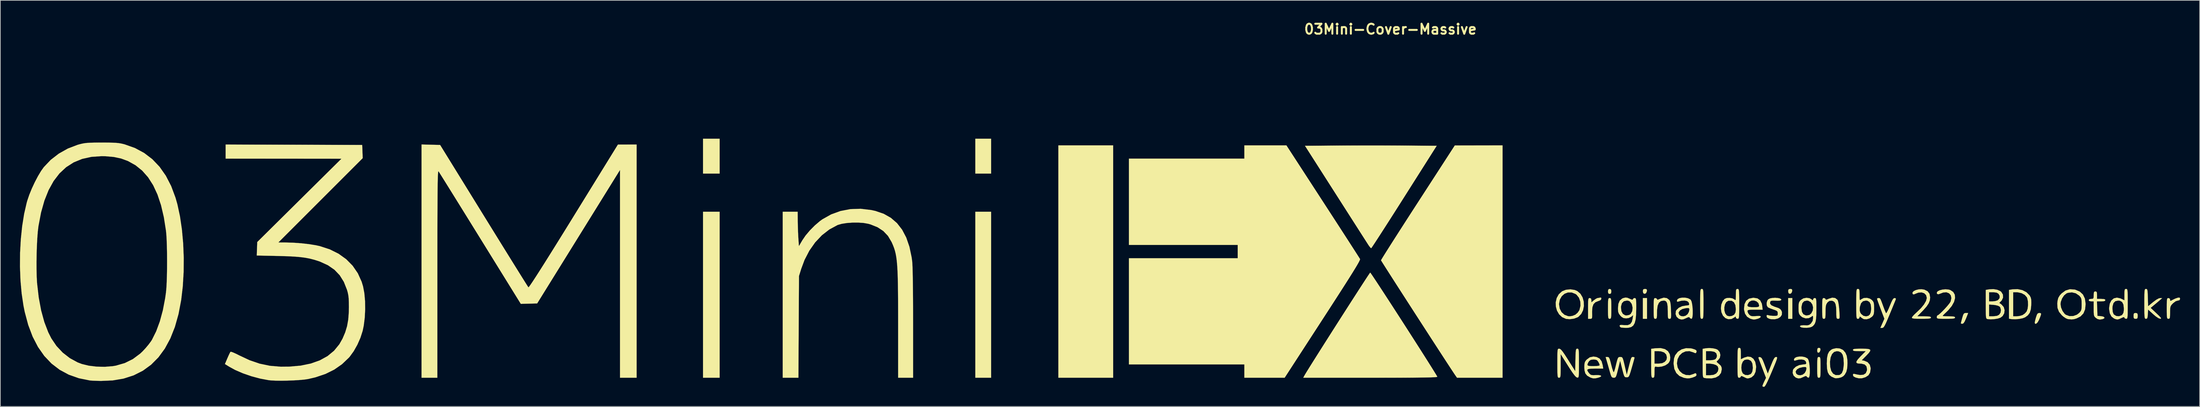
<source format=kicad_pcb>
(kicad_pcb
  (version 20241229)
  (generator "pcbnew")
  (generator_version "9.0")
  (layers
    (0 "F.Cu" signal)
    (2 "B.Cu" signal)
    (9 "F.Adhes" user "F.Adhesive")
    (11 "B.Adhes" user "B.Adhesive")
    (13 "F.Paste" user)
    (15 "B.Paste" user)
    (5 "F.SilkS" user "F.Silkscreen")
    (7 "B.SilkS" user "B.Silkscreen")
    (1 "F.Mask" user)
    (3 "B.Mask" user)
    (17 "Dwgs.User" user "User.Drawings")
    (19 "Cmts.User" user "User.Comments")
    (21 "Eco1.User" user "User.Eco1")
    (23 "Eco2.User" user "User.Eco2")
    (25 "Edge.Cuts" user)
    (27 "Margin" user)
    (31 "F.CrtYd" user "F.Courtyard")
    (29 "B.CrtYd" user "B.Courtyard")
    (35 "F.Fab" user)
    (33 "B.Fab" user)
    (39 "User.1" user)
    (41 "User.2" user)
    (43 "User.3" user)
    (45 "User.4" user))
  (footprint "03Mini-Cover-Massive"
    (layer "F.Cu")
    (at 209.645 1.418)
    (property "Reference" "03Mini-Cover-Massive" (at 0 0 0) (layer "F.SilkS") (effects (font (size 1.524 1.524) (thickness 0.3))))
    (attr through_hole)
    (fp_poly (pts (xy -102.616 22.098) (xy -105.156 22.098) (xy -105.156 16.764) (xy -102.616 16.764) (xy -102.616 22.098)) (stroke (width 0.01) (type solid)) (fill yes) (layer "F.SilkS"))
    (fp_poly (pts (xy -102.616 53.34) (xy -105.156 53.34) (xy -105.156 27.94) (xy -102.616 27.94) (xy -102.616 53.34)) (stroke (width 0.01) (type solid)) (fill yes) (layer "F.SilkS"))
    (fp_poly (pts (xy -61.087 22.098) (xy -63.5 22.098) (xy -63.5 16.764) (xy -61.087 16.764) (xy -61.087 22.098)) (stroke (width 0.01) (type solid)) (fill yes) (layer "F.SilkS"))
    (fp_poly (pts (xy -61.087 53.34) (xy -63.5 53.34) (xy -63.5 27.94) (xy -61.087 27.94) (xy -61.087 53.34)) (stroke (width 0.01) (type solid)) (fill yes) (layer "F.SilkS"))
    (fp_poly (pts (xy -42.418 53.34) (xy -50.8 53.34) (xy -50.8 17.78) (xy -42.418 17.78) (xy -42.418 53.34)) (stroke (width 0.01) (type solid)) (fill yes) (layer "F.SilkS"))
    (fp_poly (pts (xy 39.243 44.323) (xy 38.608 44.323) (xy 38.608 41.148) (xy 39.243 41.148) (xy 39.243 44.323)) (stroke (width 0.01) (type solid)) (fill yes) (layer "F.SilkS"))
    (fp_poly (pts (xy 61.468 44.323) (xy 60.833 44.323) (xy 60.833 41.148) (xy 61.468 41.148) (xy 61.468 44.323)) (stroke (width 0.01) (type solid)) (fill yes) (layer "F.SilkS"))
    (fp_poly (pts (xy 65.728 48.818) (xy 65.771 49.015) (xy 65.763 49.116) (xy 65.654 49.406) (xy 65.5 49.506) (xy 65.34 49.479) (xy 65.281 49.275) (xy 65.278 49.158) (xy 65.315 48.877) (xy 65.456 48.774) (xy 65.54 48.768) (xy 65.728 48.818)) (stroke (width 0.01) (type solid)) (fill yes) (layer "F.SilkS"))
    (fp_poly (pts (xy 33.714 39.811) (xy 33.779 40.034) (xy 33.782 40.132) (xy 33.742 40.411) (xy 33.594 40.509) (xy 33.528 40.513) (xy 33.342 40.453) (xy 33.277 40.23) (xy 33.274 40.132) (xy 33.314 39.853) (xy 33.462 39.755) (xy 33.528 39.751) (xy 33.714 39.811)) (stroke (width 0.01) (type solid)) (fill yes) (layer "F.SilkS"))
    (fp_poly (pts (xy 39.166 39.788) (xy 39.23 39.951) (xy 39.22 40.099) (xy 39.111 40.372) (xy 38.914 40.503) (xy 38.705 40.441) (xy 38.697 40.433) (xy 38.627 40.247) (xy 38.608 40.047) (xy 38.664 39.822) (xy 38.879 39.752) (xy 38.934 39.751) (xy 39.166 39.788)) (stroke (width 0.01) (type solid)) (fill yes) (layer "F.SilkS"))
    (fp_poly (pts (xy 61.391 39.788) (xy 61.455 39.951) (xy 61.445 40.099) (xy 61.336 40.372) (xy 61.139 40.503) (xy 60.93 40.441) (xy 60.922 40.433) (xy 60.852 40.247) (xy 60.833 40.047) (xy 60.889 39.822) (xy 61.104 39.752) (xy 61.159 39.751) (xy 61.391 39.788)) (stroke (width 0.01) (type solid)) (fill yes) (layer "F.SilkS"))
    (fp_poly (pts (xy 114.197 43.467) (xy 114.285 43.617) (xy 114.3 43.879) (xy 114.276 44.179) (xy 114.17 44.302) (xy 113.983 44.323) (xy 113.768 44.29) (xy 113.68 44.14) (xy 113.665 43.879) (xy 113.689 43.578) (xy 113.795 43.455) (xy 113.983 43.434) (xy 114.197 43.467)) (stroke (width 0.01) (type solid)) (fill yes) (layer "F.SilkS"))
    (fp_poly (pts (xy 88.042 44.26) (xy 87.828 44.741) (xy 87.647 45.006) (xy 87.482 45.085) (xy 87.287 45.055) (xy 87.249 45.02) (xy 87.281 44.872) (xy 87.363 44.553) (xy 87.46 44.194) (xy 87.587 43.775) (xy 87.7 43.546) (xy 87.839 43.451) (xy 88.02 43.434) (xy 88.369 43.434) (xy 88.042 44.26)) (stroke (width 0.01) (type solid)) (fill yes) (layer "F.SilkS"))
    (fp_poly (pts (xy 99.435 43.451) (xy 99.514 43.529) (xy 99.498 43.711) (xy 99.384 44.04) (xy 99.173 44.545) (xy 98.993 44.858) (xy 98.798 45.051) (xy 98.635 45.096) (xy 98.554 44.962) (xy 98.552 44.918) (xy 98.586 44.707) (xy 98.674 44.35) (xy 98.747 44.092) (xy 98.879 43.705) (xy 99.006 43.506) (xy 99.176 43.438) (xy 99.264 43.434) (xy 99.435 43.451)) (stroke (width 0.01) (type solid)) (fill yes) (layer "F.SilkS"))
    (fp_poly (pts (xy 33.633 41.162) (xy 33.705 41.233) (xy 33.749 41.402) (xy 33.772 41.709) (xy 33.781 42.197) (xy 33.782 42.736) (xy 33.78 43.394) (xy 33.768 43.84) (xy 33.741 44.115) (xy 33.692 44.259) (xy 33.614 44.315) (xy 33.528 44.323) (xy 33.423 44.309) (xy 33.351 44.238) (xy 33.307 44.069) (xy 33.284 43.762) (xy 33.275 43.274) (xy 33.274 42.736) (xy 33.276 42.077) (xy 33.288 41.631) (xy 33.315 41.356) (xy 33.364 41.212) (xy 33.442 41.156) (xy 33.528 41.148) (xy 33.633 41.162)) (stroke (width 0.01) (type solid)) (fill yes) (layer "F.SilkS"))
    (fp_poly (pts (xy 65.637 50.179) (xy 65.709 50.25) (xy 65.753 50.419) (xy 65.776 50.726) (xy 65.785 51.214) (xy 65.786 51.752) (xy 65.784 52.411) (xy 65.772 52.857) (xy 65.745 53.132) (xy 65.696 53.276) (xy 65.618 53.332) (xy 65.532 53.34) (xy 65.427 53.326) (xy 65.355 53.255) (xy 65.311 53.086) (xy 65.288 52.779) (xy 65.279 52.291) (xy 65.278 51.752) (xy 65.28 51.094) (xy 65.292 50.648) (xy 65.319 50.373) (xy 65.368 50.229) (xy 65.446 50.173) (xy 65.532 50.165) (xy 65.637 50.179)) (stroke (width 0.01) (type solid)) (fill yes) (layer "F.SilkS"))
    (fp_poly (pts (xy 47.715 39.762) (xy 47.781 39.817) (xy 47.827 39.952) (xy 47.855 40.2) (xy 47.871 40.596) (xy 47.878 41.175) (xy 47.879 41.971) (xy 47.879 42.037) (xy 47.878 42.85) (xy 47.872 43.443) (xy 47.857 43.851) (xy 47.829 44.109) (xy 47.785 44.25) (xy 47.721 44.31) (xy 47.632 44.323) (xy 47.625 44.323) (xy 47.535 44.312) (xy 47.469 44.257) (xy 47.423 44.122) (xy 47.395 43.874) (xy 47.379 43.478) (xy 47.372 42.899) (xy 47.371 42.103) (xy 47.371 42.037) (xy 47.372 41.224) (xy 47.378 40.631) (xy 47.393 40.223) (xy 47.421 39.965) (xy 47.465 39.824) (xy 47.529 39.764) (xy 47.618 39.751) (xy 47.625 39.751) (xy 47.715 39.762)) (stroke (width 0.01) (type solid)) (fill yes) (layer "F.SilkS"))
    (fp_poly (pts (xy 32.221 41.081) (xy 32.258 41.239) (xy 32.169 41.439) (xy 31.876 41.579) (xy 31.794 41.602) (xy 31.345 41.786) (xy 31.049 42.092) (xy 30.886 42.556) (xy 30.839 43.215) (xy 30.841 43.367) (xy 30.85 43.853) (xy 30.835 44.137) (xy 30.779 44.275) (xy 30.666 44.319) (xy 30.546 44.323) (xy 30.226 44.323) (xy 30.226 42.736) (xy 30.228 42.077) (xy 30.24 41.631) (xy 30.267 41.356) (xy 30.316 41.212) (xy 30.394 41.156) (xy 30.48 41.148) (xy 30.677 41.219) (xy 30.734 41.47) (xy 30.734 41.477) (xy 30.734 41.806) (xy 31.125 41.477) (xy 31.415 41.266) (xy 31.647 41.154) (xy 31.686 41.148) (xy 31.955 41.104) (xy 32.057 41.071) (xy 32.221 41.081)) (stroke (width 0.01) (type solid)) (fill yes) (layer "F.SilkS"))
    (fp_poly (pts (xy -1.679 17.797) (xy -0.062 17.801) (xy 1.416 17.806) (xy 2.086 17.81) (xy 7.074 17.843) (xy 2.108 25.68) (xy 1.298 26.957) (xy 0.527 28.169) (xy -0.195 29.299) (xy -0.857 30.332) (xy -1.447 31.249) (xy -1.956 32.035) (xy -2.371 32.672) (xy -2.683 33.143) (xy -2.88 33.432) (xy -2.951 33.523) (xy -3.071 33.429) (xy -3.264 33.187) (xy -3.357 33.052) (xy -3.477 32.866) (xy -3.722 32.484) (xy -4.079 31.927) (xy -4.538 31.211) (xy -5.084 30.357) (xy -5.708 29.382) (xy -6.396 28.307) (xy -7.136 27.148) (xy -7.917 25.926) (xy -8.375 25.209) (xy -13.081 17.843) (xy -7.991 17.81) (xy -6.59 17.803) (xy -5.02 17.799) (xy -3.357 17.797) (xy -1.679 17.797)) (stroke (width 0.01) (type solid)) (fill yes) (layer "F.SilkS"))
    (fp_poly (pts (xy -10.34 26.367) (xy -9.472 27.705) (xy -8.642 28.984) (xy -7.861 30.189) (xy -7.141 31.302) (xy -6.491 32.308) (xy -5.923 33.19) (xy -5.446 33.931) (xy -5.071 34.515) (xy -4.81 34.926) (xy -4.672 35.147) (xy -4.654 35.179) (xy -4.663 35.264) (xy -4.735 35.439) (xy -4.878 35.715) (xy -5.099 36.104) (xy -5.405 36.615) (xy -5.803 37.262) (xy -6.3 38.054) (xy -6.902 39.003) (xy -7.618 40.121) (xy -8.453 41.418) (xy -9.415 42.907) (xy -10.365 44.372) (xy -16.184 53.34) (xy -22.352 53.34) (xy -22.352 51.308) (xy -40.005 51.308) (xy -40.005 35.052) (xy -23.368 35.052) (xy -23.368 33.02) (xy -40.005 33.02) (xy -40.005 19.812) (xy -22.352 19.812) (xy -22.352 17.78) (xy -15.918 17.78) (xy -10.34 26.367)) (stroke (width 0.01) (type solid)) (fill yes) (layer "F.SilkS"))
    (fp_poly (pts (xy 17.145 53.34) (xy 10.177 53.34) (xy 9.932 52.991) (xy 9.768 52.75) (xy 9.488 52.327) (xy 9.104 51.742) (xy 8.628 51.014) (xy 8.073 50.162) (xy 7.451 49.205) (xy 6.775 48.163) (xy 6.056 47.054) (xy 5.309 45.899) (xy 4.544 44.716) (xy 3.774 43.525) (xy 3.013 42.344) (xy 2.272 41.194) (xy 1.563 40.094) (xy 0.9 39.063) (xy 0.295 38.119) (xy -0.24 37.283) (xy -0.693 36.574) (xy -1.051 36.011) (xy -1.301 35.613) (xy -1.432 35.399) (xy -1.448 35.368) (xy -1.382 35.244) (xy -1.189 34.923) (xy -0.877 34.421) (xy -0.457 33.755) (xy 0.06 32.939) (xy 0.664 31.991) (xy 1.346 30.927) (xy 2.094 29.762) (xy 2.899 28.512) (xy 3.75 27.194) (xy 4.191 26.514) (xy 9.842 17.789) (xy 13.494 17.784) (xy 17.145 17.78) (xy 17.145 53.34)) (stroke (width 0.01) (type solid)) (fill yes) (layer "F.SilkS"))
    (fp_poly (pts (xy 59.089 50.177) (xy 59.137 50.235) (xy 59.131 50.368) (xy 59.063 50.607) (xy 58.924 50.981) (xy 58.704 51.522) (xy 58.396 52.259) (xy 58.315 52.451) (xy 57.957 53.284) (xy 57.677 53.904) (xy 57.462 54.334) (xy 57.3 54.599) (xy 57.177 54.721) (xy 57.123 54.737) (xy 56.932 54.68) (xy 56.896 54.613) (xy 56.948 54.435) (xy 57.08 54.119) (xy 57.171 53.924) (xy 57.446 53.358) (xy 56.921 51.984) (xy 56.704 51.415) (xy 56.515 50.918) (xy 56.375 50.548) (xy 56.311 50.376) (xy 56.291 50.207) (xy 56.449 50.177) (xy 56.52 50.186) (xy 56.669 50.242) (xy 56.806 50.391) (xy 56.956 50.675) (xy 57.142 51.138) (xy 57.264 51.468) (xy 57.713 52.707) (xy 58.214 51.436) (xy 58.448 50.862) (xy 58.624 50.488) (xy 58.765 50.274) (xy 58.897 50.18) (xy 58.998 50.165) (xy 59.089 50.177)) (stroke (width 0.01) (type solid)) (fill yes) (layer "F.SilkS"))
    (fp_poly (pts (xy 120.77 41.172) (xy 120.777 41.273) (xy 120.707 41.47) (xy 120.46 41.529) (xy 120.447 41.529) (xy 120.102 41.637) (xy 119.711 41.935) (xy 119.685 41.961) (xy 119.465 42.195) (xy 119.336 42.404) (xy 119.274 42.665) (xy 119.254 43.059) (xy 119.253 43.358) (xy 119.247 43.849) (xy 119.22 44.138) (xy 119.159 44.278) (xy 119.049 44.321) (xy 118.999 44.323) (xy 118.894 44.309) (xy 118.822 44.238) (xy 118.778 44.069) (xy 118.755 43.762) (xy 118.746 43.274) (xy 118.745 42.736) (xy 118.747 42.077) (xy 118.759 41.631) (xy 118.786 41.356) (xy 118.835 41.212) (xy 118.913 41.156) (xy 118.999 41.148) (xy 119.212 41.238) (xy 119.253 41.398) (xy 119.266 41.554) (xy 119.348 41.577) (xy 119.566 41.469) (xy 119.666 41.413) (xy 120.048 41.228) (xy 120.411 41.101) (xy 120.428 41.097) (xy 120.68 41.068) (xy 120.77 41.172)) (stroke (width 0.01) (type solid)) (fill yes) (layer "F.SilkS"))
    (fp_poly (pts (xy 96.653 39.935) (xy 97.286 40.26) (xy 97.759 40.738) (xy 97.798 40.798) (xy 97.936 41.068) (xy 98.008 41.375) (xy 98.028 41.798) (xy 98.018 42.187) (xy 97.948 42.888) (xy 97.783 43.403) (xy 97.494 43.79) (xy 97.074 44.096) (xy 96.685 44.243) (xy 96.148 44.348) (xy 95.566 44.397) (xy 95.043 44.377) (xy 94.964 44.366) (xy 94.615 44.306) (xy 94.615 40.259) (xy 95.25 40.259) (xy 95.25 43.942) (xy 95.771 43.942) (xy 96.223 43.892) (xy 96.649 43.771) (xy 96.697 43.749) (xy 97.048 43.505) (xy 97.319 43.19) (xy 97.466 42.77) (xy 97.53 42.218) (xy 97.51 41.643) (xy 97.403 41.153) (xy 97.351 41.032) (xy 97.029 40.662) (xy 96.535 40.395) (xy 95.94 40.266) (xy 95.771 40.259) (xy 95.25 40.259) (xy 94.615 40.259) (xy 94.615 39.9) (xy 95.112 39.816) (xy 95.912 39.781) (xy 96.653 39.935)) (stroke (width 0.01) (type solid)) (fill yes) (layer "F.SilkS"))
    (fp_poly (pts (xy 45.955 48.847) (xy 46.18 48.899) (xy 46.588 49.032) (xy 46.788 49.162) (xy 46.824 49.328) (xy 46.788 49.452) (xy 46.708 49.576) (xy 46.56 49.563) (xy 46.349 49.463) (xy 45.738 49.271) (xy 45.149 49.305) (xy 44.621 49.539) (xy 44.196 49.945) (xy 43.914 50.496) (xy 43.815 51.145) (xy 43.924 51.783) (xy 44.221 52.311) (xy 44.66 52.701) (xy 45.196 52.924) (xy 45.786 52.951) (xy 46.349 52.772) (xy 46.605 52.657) (xy 46.73 52.678) (xy 46.791 52.793) (xy 46.8 52.985) (xy 46.636 53.141) (xy 46.265 53.29) (xy 46.101 53.339) (xy 45.725 53.429) (xy 45.41 53.443) (xy 45.027 53.381) (xy 44.847 53.34) (xy 44.202 53.071) (xy 43.724 52.618) (xy 43.423 51.991) (xy 43.308 51.205) (xy 43.307 51.117) (xy 43.376 50.389) (xy 43.542 49.909) (xy 43.964 49.37) (xy 44.541 49) (xy 45.221 48.819) (xy 45.955 48.847)) (stroke (width 0.01) (type solid)) (fill yes) (layer "F.SilkS"))
    (fp_poly (pts (xy 107.982 40.169) (xy 108.057 40.325) (xy 108.077 40.662) (xy 108.077 40.703) (xy 108.077 41.275) (xy 108.712 41.275) (xy 109.111 41.295) (xy 109.306 41.366) (xy 109.347 41.465) (xy 109.279 41.585) (xy 109.045 41.643) (xy 108.707 41.656) (xy 108.067 41.656) (xy 108.104 42.767) (xy 108.141 43.879) (xy 108.68 43.918) (xy 109.04 43.989) (xy 109.214 44.113) (xy 109.18 44.254) (xy 108.934 44.37) (xy 108.501 44.441) (xy 108.164 44.359) (xy 107.904 44.187) (xy 107.744 44.045) (xy 107.645 43.886) (xy 107.593 43.649) (xy 107.572 43.272) (xy 107.569 42.79) (xy 107.569 41.656) (xy 107.188 41.656) (xy 106.886 41.599) (xy 106.807 41.465) (xy 106.921 41.314) (xy 107.188 41.275) (xy 107.422 41.258) (xy 107.533 41.163) (xy 107.567 40.919) (xy 107.569 40.703) (xy 107.586 40.346) (xy 107.655 40.177) (xy 107.805 40.132) (xy 107.823 40.132) (xy 107.982 40.169)) (stroke (width 0.01) (type solid)) (fill yes) (layer "F.SilkS"))
    (fp_poly (pts (xy 77.298 41.201) (xy 77.287 41.37) (xy 77.213 41.557) (xy 77.059 41.935) (xy 76.844 42.461) (xy 76.584 43.093) (xy 76.353 43.653) (xy 76.038 44.405) (xy 75.799 44.952) (xy 75.616 45.326) (xy 75.474 45.556) (xy 75.355 45.676) (xy 75.241 45.716) (xy 75.217 45.717) (xy 74.933 45.72) (xy 75.243 45.019) (xy 75.553 44.317) (xy 74.988 42.828) (xy 74.773 42.254) (xy 74.595 41.767) (xy 74.473 41.415) (xy 74.423 41.248) (xy 74.422 41.243) (xy 74.528 41.164) (xy 74.662 41.148) (xy 74.776 41.155) (xy 74.867 41.202) (xy 74.957 41.331) (xy 75.068 41.583) (xy 75.225 41.999) (xy 75.399 42.481) (xy 75.566 42.926) (xy 75.71 43.275) (xy 75.803 43.46) (xy 75.81 43.469) (xy 75.891 43.4) (xy 76.037 43.139) (xy 76.226 42.729) (xy 76.38 42.357) (xy 76.614 41.789) (xy 76.794 41.423) (xy 76.94 41.223) (xy 77.077 41.151) (xy 77.114 41.148) (xy 77.298 41.201)) (stroke (width 0.01) (type solid)) (fill yes) (layer "F.SilkS"))
    (fp_poly (pts (xy 41.981 48.963) (xy 42.445 49.277) (xy 42.722 49.744) (xy 42.799 50.255) (xy 42.757 50.687) (xy 42.595 51.006) (xy 42.439 51.18) (xy 42.028 51.451) (xy 41.488 51.632) (xy 40.935 51.69) (xy 40.639 51.652) (xy 40.506 51.637) (xy 40.43 51.713) (xy 40.395 51.931) (xy 40.386 52.34) (xy 40.386 52.463) (xy 40.379 52.926) (xy 40.347 53.191) (xy 40.275 53.31) (xy 40.147 53.34) (xy 40.132 53.34) (xy 40.04 53.329) (xy 39.974 53.272) (xy 39.929 53.135) (xy 39.9 52.882) (xy 39.885 52.479) (xy 39.879 51.889) (xy 39.878 51.127) (xy 39.878 49.276) (xy 40.386 49.276) (xy 40.386 51.181) (xy 41.004 51.181) (xy 41.557 51.118) (xy 41.956 50.918) (xy 42.224 50.598) (xy 42.291 50.228) (xy 42.182 49.783) (xy 41.866 49.47) (xy 41.362 49.302) (xy 41.004 49.276) (xy 40.386 49.276) (xy 39.878 49.276) (xy 39.878 48.913) (xy 40.552 48.829) (xy 41.345 48.81) (xy 41.981 48.963)) (stroke (width 0.01) (type solid)) (fill yes) (layer "F.SilkS"))
    (fp_poly (pts (xy 81.663 39.863) (xy 82.163 40.111) (xy 82.454 40.5) (xy 82.55 41.048) (xy 82.55 41.056) (xy 82.498 41.512) (xy 82.325 41.956) (xy 82.004 42.437) (xy 81.506 43.003) (xy 81.366 43.148) (xy 80.589 43.942) (xy 81.633 43.942) (xy 82.162 43.951) (xy 82.483 43.982) (xy 82.64 44.044) (xy 82.677 44.133) (xy 82.638 44.216) (xy 82.495 44.272) (xy 82.207 44.305) (xy 81.736 44.32) (xy 81.216 44.323) (xy 80.567 44.317) (xy 80.134 44.296) (xy 79.881 44.256) (xy 79.77 44.192) (xy 79.756 44.145) (xy 79.847 43.984) (xy 80.087 43.713) (xy 80.432 43.384) (xy 80.541 43.288) (xy 81.146 42.703) (xy 81.616 42.125) (xy 81.924 41.593) (xy 82.042 41.147) (xy 82.042 41.123) (xy 81.937 40.702) (xy 81.653 40.414) (xy 81.241 40.279) (xy 80.747 40.317) (xy 80.368 40.461) (xy 80.084 40.583) (xy 79.93 40.565) (xy 79.873 40.497) (xy 79.856 40.282) (xy 80.039 40.085) (xy 80.366 39.925) (xy 80.783 39.822) (xy 81.236 39.796) (xy 81.663 39.863)) (stroke (width 0.01) (type solid)) (fill yes) (layer "F.SilkS"))
    (fp_poly (pts (xy 115.678 39.77) (xy 115.753 39.858) (xy 115.8 40.06) (xy 115.829 40.419) (xy 115.849 40.982) (xy 115.851 41.076) (xy 115.888 42.401) (xy 116.647 41.775) (xy 117.136 41.41) (xy 117.528 41.198) (xy 117.727 41.152) (xy 118.046 41.156) (xy 117.725 41.438) (xy 117.44 41.682) (xy 117.065 41.999) (xy 116.841 42.185) (xy 116.279 42.65) (xy 117.163 43.481) (xy 117.564 43.866) (xy 117.796 44.113) (xy 117.878 44.251) (xy 117.83 44.309) (xy 117.749 44.318) (xy 117.475 44.225) (xy 117.072 43.954) (xy 116.669 43.614) (xy 115.888 42.906) (xy 115.849 43.614) (xy 115.815 44.025) (xy 115.752 44.239) (xy 115.637 44.317) (xy 115.564 44.323) (xy 115.476 44.311) (xy 115.411 44.252) (xy 115.367 44.111) (xy 115.339 43.854) (xy 115.324 43.446) (xy 115.317 42.854) (xy 115.316 42.042) (xy 115.316 42.037) (xy 115.317 41.224) (xy 115.324 40.631) (xy 115.339 40.222) (xy 115.367 39.965) (xy 115.411 39.823) (xy 115.475 39.763) (xy 115.563 39.751) (xy 115.566 39.751) (xy 115.678 39.77)) (stroke (width 0.01) (type solid)) (fill yes) (layer "F.SilkS"))
    (fp_poly (pts (xy 28.18 39.911) (xy 28.576 40.078) (xy 29.054 40.49) (xy 29.383 41.045) (xy 29.561 41.686) (xy 29.587 42.359) (xy 29.461 43.008) (xy 29.181 43.577) (xy 28.748 44.013) (xy 28.638 44.081) (xy 28.077 44.295) (xy 27.432 44.385) (xy 26.858 44.335) (xy 26.257 44.069) (xy 25.793 43.632) (xy 25.471 43.073) (xy 25.298 42.44) (xy 25.289 42.1) (xy 25.781 42.1) (xy 25.885 42.762) (xy 26.175 43.312) (xy 26.614 43.711) (xy 27.169 43.919) (xy 27.432 43.941) (xy 27.849 43.872) (xy 28.266 43.703) (xy 28.297 43.685) (xy 28.633 43.392) (xy 28.886 43.023) (xy 28.9 42.991) (xy 29.066 42.334) (xy 29.039 41.683) (xy 28.834 41.097) (xy 28.467 40.639) (xy 28.297 40.516) (xy 27.716 40.289) (xy 27.145 40.288) (xy 26.625 40.488) (xy 26.198 40.863) (xy 25.903 41.386) (xy 25.782 42.034) (xy 25.781 42.1) (xy 25.289 42.1) (xy 25.281 41.781) (xy 25.428 41.143) (xy 25.744 40.575) (xy 26.236 40.126) (xy 26.266 40.107) (xy 26.848 39.878) (xy 27.521 39.812) (xy 28.18 39.911)) (stroke (width 0.01) (type solid)) (fill yes) (layer "F.SilkS"))
    (fp_poly (pts (xy 68.741 48.869) (xy 69.198 49.077) (xy 69.26 49.128) (xy 69.585 49.508) (xy 69.788 49.983) (xy 69.886 50.607) (xy 69.903 51.117) (xy 69.863 51.869) (xy 69.73 52.434) (xy 69.486 52.868) (xy 69.26 53.107) (xy 68.942 53.282) (xy 68.512 53.395) (xy 68.102 53.419) (xy 67.945 53.388) (xy 67.456 53.172) (xy 67.115 52.895) (xy 66.899 52.512) (xy 66.784 51.977) (xy 66.746 51.244) (xy 66.746 51.117) (xy 66.756 50.885) (xy 67.228 50.885) (xy 67.258 51.663) (xy 67.26 51.681) (xy 67.419 52.298) (xy 67.706 52.724) (xy 68.102 52.942) (xy 68.584 52.936) (xy 68.765 52.88) (xy 69.049 52.637) (xy 69.239 52.166) (xy 69.332 51.479) (xy 69.342 51.117) (xy 69.301 50.36) (xy 69.168 49.821) (xy 68.93 49.478) (xy 68.573 49.306) (xy 68.266 49.276) (xy 67.858 49.392) (xy 67.541 49.719) (xy 67.326 50.227) (xy 67.228 50.885) (xy 66.756 50.885) (xy 66.78 50.331) (xy 66.893 49.752) (xy 67.103 49.34) (xy 67.424 49.055) (xy 67.656 48.938) (xy 68.194 48.819) (xy 68.741 48.869)) (stroke (width 0.01) (type solid)) (fill yes) (layer "F.SilkS"))
    (fp_poly (pts (xy 42.275 41.159) (xy 42.631 41.426) (xy 42.743 41.6) (xy 42.819 41.862) (xy 42.869 42.263) (xy 42.901 42.857) (xy 42.906 43.002) (xy 42.923 43.593) (xy 42.921 43.975) (xy 42.894 44.193) (xy 42.834 44.294) (xy 42.732 44.322) (xy 42.684 44.323) (xy 42.56 44.307) (xy 42.482 44.228) (xy 42.439 44.037) (xy 42.422 43.688) (xy 42.418 43.133) (xy 42.418 43.126) (xy 42.398 42.441) (xy 42.329 41.974) (xy 42.197 41.69) (xy 41.988 41.554) (xy 41.784 41.529) (xy 41.359 41.61) (xy 41.057 41.866) (xy 40.866 42.315) (xy 40.777 42.975) (xy 40.767 43.364) (xy 40.761 43.853) (xy 40.734 44.141) (xy 40.672 44.279) (xy 40.561 44.321) (xy 40.513 44.323) (xy 40.408 44.309) (xy 40.336 44.238) (xy 40.292 44.069) (xy 40.269 43.762) (xy 40.26 43.274) (xy 40.259 42.736) (xy 40.261 42.077) (xy 40.273 41.631) (xy 40.3 41.356) (xy 40.349 41.212) (xy 40.427 41.156) (xy 40.513 41.148) (xy 40.719 41.221) (xy 40.767 41.323) (xy 40.817 41.41) (xy 40.998 41.372) (xy 41.26 41.253) (xy 41.805 41.085) (xy 42.275 41.159)) (stroke (width 0.01) (type solid)) (fill yes) (layer "F.SilkS"))
    (fp_poly (pts (xy 59.254 41.135) (xy 59.584 41.212) (xy 59.77 41.335) (xy 59.783 41.438) (xy 59.633 41.53) (xy 59.259 41.559) (xy 58.949 41.548) (xy 58.502 41.535) (xy 58.246 41.567) (xy 58.117 41.658) (xy 58.083 41.724) (xy 58.07 42.022) (xy 58.287 42.268) (xy 58.744 42.473) (xy 58.871 42.512) (xy 59.356 42.677) (xy 59.65 42.861) (xy 59.817 43.113) (xy 59.881 43.321) (xy 59.865 43.71) (xy 59.645 44.035) (xy 59.268 44.271) (xy 58.78 44.394) (xy 58.228 44.38) (xy 57.944 44.314) (xy 57.631 44.159) (xy 57.531 43.934) (xy 57.531 43.925) (xy 57.575 43.739) (xy 57.742 43.758) (xy 57.753 43.763) (xy 58.008 43.825) (xy 58.4 43.865) (xy 58.611 43.872) (xy 58.986 43.868) (xy 59.174 43.819) (xy 59.238 43.687) (xy 59.245 43.498) (xy 59.223 43.272) (xy 59.116 43.124) (xy 58.866 43.001) (xy 58.565 42.899) (xy 58.155 42.752) (xy 57.83 42.608) (xy 57.708 42.534) (xy 57.56 42.266) (xy 57.541 41.895) (xy 57.645 41.53) (xy 57.785 41.339) (xy 58.046 41.204) (xy 58.42 41.127) (xy 58.845 41.105) (xy 59.254 41.135)) (stroke (width 0.01) (type solid)) (fill yes) (layer "F.SilkS"))
    (fp_poly (pts (xy 68.019 41.141) (xy 68.358 41.405) (xy 68.39 41.449) (xy 68.478 41.7) (xy 68.561 42.143) (xy 68.63 42.716) (xy 68.654 43.021) (xy 68.692 43.606) (xy 68.705 43.982) (xy 68.686 44.197) (xy 68.63 44.295) (xy 68.53 44.322) (xy 68.471 44.323) (xy 68.337 44.306) (xy 68.256 44.221) (xy 68.215 44.018) (xy 68.199 43.646) (xy 68.197 43.275) (xy 68.17 42.562) (xy 68.082 42.066) (xy 67.919 41.753) (xy 67.669 41.591) (xy 67.481 41.554) (xy 67.138 41.585) (xy 66.867 41.796) (xy 66.817 41.857) (xy 66.679 42.074) (xy 66.597 42.339) (xy 66.558 42.722) (xy 66.548 43.261) (xy 66.543 43.781) (xy 66.521 44.097) (xy 66.468 44.259) (xy 66.374 44.317) (xy 66.294 44.323) (xy 66.189 44.309) (xy 66.117 44.238) (xy 66.073 44.069) (xy 66.05 43.762) (xy 66.041 43.274) (xy 66.04 42.736) (xy 66.042 42.077) (xy 66.054 41.631) (xy 66.081 41.356) (xy 66.13 41.212) (xy 66.208 41.156) (xy 66.294 41.148) (xy 66.5 41.221) (xy 66.548 41.323) (xy 66.598 41.41) (xy 66.779 41.372) (xy 67.041 41.253) (xy 67.569 41.088) (xy 68.019 41.141)) (stroke (width 0.01) (type solid)) (fill yes) (layer "F.SilkS"))
    (fp_poly (pts (xy 72.745 48.907) (xy 73.178 48.956) (xy 73.384 49.065) (xy 73.377 49.255) (xy 73.169 49.55) (xy 72.776 49.97) (xy 72.745 50) (xy 72.085 50.669) (xy 72.483 50.749) (xy 72.984 50.964) (xy 73.318 51.353) (xy 73.451 51.873) (xy 73.451 51.961) (xy 73.361 52.551) (xy 73.109 52.967) (xy 72.668 53.251) (xy 72.624 53.27) (xy 72.104 53.425) (xy 71.624 53.426) (xy 71.152 53.309) (xy 70.83 53.138) (xy 70.739 52.926) (xy 70.784 52.75) (xy 70.964 52.751) (xy 71.025 52.769) (xy 71.337 52.844) (xy 71.748 52.912) (xy 71.838 52.923) (xy 72.348 52.887) (xy 72.701 52.658) (xy 72.88 52.251) (xy 72.898 52.026) (xy 72.81 51.59) (xy 72.539 51.315) (xy 72.071 51.191) (xy 71.84 51.181) (xy 71.463 51.15) (xy 71.278 51.044) (xy 71.288 50.843) (xy 71.495 50.53) (xy 71.901 50.084) (xy 71.973 50.01) (xy 72.7 49.276) (xy 71.719 49.276) (xy 71.209 49.266) (xy 70.906 49.232) (xy 70.765 49.164) (xy 70.739 49.086) (xy 70.78 48.999) (xy 70.93 48.942) (xy 71.23 48.91) (xy 71.721 48.897) (xy 72.073 48.895) (xy 72.745 48.907)) (stroke (width 0.01) (type solid)) (fill yes) (layer "F.SilkS"))
    (fp_poly (pts (xy 85.34 39.84) (xy 85.637 39.923) (xy 86.08 40.22) (xy 86.32 40.637) (xy 86.36 41.149) (xy 86.206 41.731) (xy 85.861 42.357) (xy 85.33 43.002) (xy 85.047 43.278) (xy 84.74 43.568) (xy 84.526 43.787) (xy 84.455 43.881) (xy 84.572 43.91) (xy 84.88 43.932) (xy 85.319 43.942) (xy 85.407 43.942) (xy 85.91 43.952) (xy 86.205 43.988) (xy 86.338 44.059) (xy 86.36 44.133) (xy 86.32 44.218) (xy 86.174 44.274) (xy 85.88 44.306) (xy 85.399 44.321) (xy 84.963 44.323) (xy 84.352 44.32) (xy 83.95 44.306) (xy 83.715 44.273) (xy 83.602 44.212) (xy 83.568 44.117) (xy 83.566 44.069) (xy 83.607 43.862) (xy 83.664 43.815) (xy 83.828 43.725) (xy 84.107 43.486) (xy 84.458 43.146) (xy 84.834 42.753) (xy 85.19 42.354) (xy 85.481 41.997) (xy 85.662 41.73) (xy 85.685 41.684) (xy 85.803 41.159) (xy 85.712 40.727) (xy 85.45 40.42) (xy 85.053 40.265) (xy 84.558 40.295) (xy 84.156 40.45) (xy 83.807 40.572) (xy 83.609 40.502) (xy 83.566 40.335) (xy 83.681 40.132) (xy 83.983 39.968) (xy 84.404 39.855) (xy 84.878 39.808) (xy 85.34 39.84)) (stroke (width 0.01) (type solid)) (fill yes) (layer "F.SilkS"))
    (fp_poly (pts (xy 31.532 50.174) (xy 31.987 50.409) (xy 32.294 50.832) (xy 32.462 51.426) (xy 32.544 51.943) (xy 31.322 51.943) (xy 30.702 51.953) (xy 30.311 51.995) (xy 30.124 52.087) (xy 30.116 52.247) (xy 30.262 52.493) (xy 30.371 52.636) (xy 30.546 52.829) (xy 30.735 52.927) (xy 31.023 52.953) (xy 31.408 52.939) (xy 31.881 52.941) (xy 32.163 53.001) (xy 32.237 53.101) (xy 32.087 53.225) (xy 31.79 53.331) (xy 31.344 53.436) (xy 31.017 53.443) (xy 30.691 53.351) (xy 30.544 53.289) (xy 30.087 53.024) (xy 29.81 52.682) (xy 29.678 52.203) (xy 29.654 51.748) (xy 29.669 51.28) (xy 29.669 51.276) (xy 30.129 51.276) (xy 30.14 51.439) (xy 30.313 51.525) (xy 30.683 51.558) (xy 31.052 51.562) (xy 31.57 51.545) (xy 31.898 51.496) (xy 32.004 51.427) (xy 31.931 51.168) (xy 31.764 50.862) (xy 31.58 50.649) (xy 31.572 50.643) (xy 31.351 50.575) (xy 31.052 50.55) (xy 30.652 50.597) (xy 30.394 50.779) (xy 30.245 51.014) (xy 30.129 51.276) (xy 29.669 51.276) (xy 29.729 50.974) (xy 29.865 50.737) (xy 30.014 50.568) (xy 30.496 50.214) (xy 31.043 50.1) (xy 31.532 50.174)) (stroke (width 0.01) (type solid)) (fill yes) (layer "F.SilkS"))
    (fp_poly (pts (xy 56.146 41.205) (xy 56.552 41.501) (xy 56.798 41.995) (xy 56.863 42.34) (xy 56.929 42.926) (xy 55.77 42.926) (xy 55.222 42.93) (xy 54.88 42.95) (xy 54.696 42.995) (xy 54.622 43.076) (xy 54.61 43.18) (xy 54.696 43.452) (xy 54.88 43.704) (xy 55.072 43.857) (xy 55.302 43.925) (xy 55.656 43.926) (xy 55.896 43.907) (xy 56.332 43.881) (xy 56.565 43.908) (xy 56.641 43.995) (xy 56.642 44.012) (xy 56.532 44.152) (xy 56.257 44.288) (xy 56.166 44.316) (xy 55.79 44.411) (xy 55.528 44.429) (xy 55.247 44.367) (xy 54.997 44.284) (xy 54.549 44.002) (xy 54.236 43.539) (xy 54.089 42.946) (xy 54.082 42.769) (xy 54.13 42.362) (xy 54.604 42.362) (xy 54.796 42.487) (xy 55.209 42.54) (xy 55.499 42.545) (xy 55.965 42.539) (xy 56.231 42.51) (xy 56.354 42.44) (xy 56.387 42.313) (xy 56.388 42.269) (xy 56.279 41.914) (xy 56.003 41.659) (xy 55.632 41.524) (xy 55.242 41.53) (xy 54.906 41.7) (xy 54.808 41.811) (xy 54.615 42.144) (xy 54.604 42.362) (xy 54.13 42.362) (xy 54.165 42.07) (xy 54.415 41.562) (xy 54.834 41.243) (xy 55.424 41.11) (xy 55.58 41.106) (xy 56.146 41.205)) (stroke (width 0.01) (type solid)) (fill yes) (layer "F.SilkS"))
    (fp_poly (pts (xy 104.65 39.847) (xy 104.766 39.876) (xy 105.443 40.165) (xy 105.927 40.617) (xy 106.222 41.237) (xy 106.33 42.028) (xy 106.331 42.1) (xy 106.248 42.89) (xy 105.992 43.503) (xy 105.55 43.959) (xy 104.942 44.266) (xy 104.547 44.383) (xy 104.186 44.418) (xy 103.733 44.379) (xy 103.593 44.358) (xy 103.308 44.242) (xy 102.945 43.998) (xy 102.687 43.774) (xy 102.263 43.253) (xy 102.039 42.673) (xy 102.003 42.066) (xy 102.492 42.066) (xy 102.574 42.592) (xy 102.797 43.121) (xy 103.111 43.551) (xy 103.302 43.709) (xy 103.842 43.908) (xy 104.433 43.902) (xy 104.995 43.7) (xy 105.327 43.449) (xy 105.533 43.225) (xy 105.653 43.015) (xy 105.71 42.741) (xy 105.727 42.323) (xy 105.728 42.1) (xy 105.72 41.604) (xy 105.682 41.282) (xy 105.59 41.057) (xy 105.421 40.848) (xy 105.33 40.756) (xy 104.822 40.413) (xy 104.228 40.273) (xy 103.625 40.346) (xy 103.389 40.444) (xy 103.032 40.745) (xy 102.73 41.204) (xy 102.536 41.727) (xy 102.492 42.066) (xy 102.003 42.066) (xy 101.998 41.978) (xy 102.044 41.553) (xy 102.155 41.12) (xy 102.378 40.748) (xy 102.66 40.44) (xy 103.261 39.996) (xy 103.923 39.799) (xy 104.65 39.847)) (stroke (width 0.01) (type solid)) (fill yes) (layer "F.SilkS"))
    (fp_poly (pts (xy -3.019 37.347) (xy -2.815 37.64) (xy -2.501 38.108) (xy -2.089 38.729) (xy -1.593 39.484) (xy -1.026 40.352) (xy -0.4 41.314) (xy 0.272 42.349) (xy 0.975 43.437) (xy 1.699 44.558) (xy 2.428 45.691) (xy 3.151 46.818) (xy 3.855 47.917) (xy 4.526 48.968) (xy 5.152 49.951) (xy 5.719 50.847) (xy 6.215 51.634) (xy 6.626 52.293) (xy 6.94 52.803) (xy 7.144 53.145) (xy 7.164 53.181) (xy 7.135 53.211) (xy 7.003 53.237) (xy 6.755 53.259) (xy 6.376 53.278) (xy 5.853 53.295) (xy 5.173 53.308) (xy 4.321 53.319) (xy 3.284 53.327) (xy 2.048 53.333) (xy 0.6 53.337) (xy -1.075 53.339) (xy -2.989 53.34) (xy -3.044 53.34) (xy -13.342 53.34) (xy -13.154 52.991) (xy -13.015 52.753) (xy -12.76 52.335) (xy -12.401 51.756) (xy -11.951 51.038) (xy -11.424 50.2) (xy -10.832 49.263) (xy -10.189 48.248) (xy -9.507 47.175) (xy -8.801 46.064) (xy -8.082 44.937) (xy -7.364 43.814) (xy -6.66 42.715) (xy -5.984 41.661) (xy -5.347 40.672) (xy -4.765 39.769) (xy -4.248 38.972) (xy -3.812 38.302) (xy -3.468 37.779) (xy -3.23 37.424) (xy -3.11 37.258) (xy -3.1 37.248) (xy -3.019 37.347)) (stroke (width 0.01) (type solid)) (fill yes) (layer "F.SilkS"))
    (fp_poly (pts (xy 28.669 48.907) (xy 28.734 48.965) (xy 28.779 49.105) (xy 28.807 49.362) (xy 28.822 49.77) (xy 28.828 50.364) (xy 28.829 51.126) (xy 28.828 51.927) (xy 28.823 52.508) (xy 28.809 52.904) (xy 28.782 53.149) (xy 28.737 53.277) (xy 28.67 53.323) (xy 28.577 53.321) (xy 28.55 53.317) (xy 28.391 53.229) (xy 28.167 52.991) (xy 27.861 52.582) (xy 27.459 51.983) (xy 27.153 51.504) (xy 26.035 49.731) (xy 26.035 51.535) (xy 26.033 52.245) (xy 26.024 52.739) (xy 26.002 53.057) (xy 25.962 53.237) (xy 25.898 53.319) (xy 25.805 53.34) (xy 25.781 53.34) (xy 25.69 53.329) (xy 25.623 53.272) (xy 25.578 53.136) (xy 25.55 52.883) (xy 25.534 52.481) (xy 25.528 51.893) (xy 25.527 51.117) (xy 25.528 50.318) (xy 25.533 49.738) (xy 25.547 49.342) (xy 25.575 49.095) (xy 25.621 48.962) (xy 25.69 48.908) (xy 25.785 48.898) (xy 25.813 48.898) (xy 25.951 48.941) (xy 26.123 49.087) (xy 26.349 49.363) (xy 26.651 49.796) (xy 27.052 50.415) (xy 27.178 50.615) (xy 28.258 52.33) (xy 28.293 50.612) (xy 28.309 49.922) (xy 28.33 49.446) (xy 28.361 49.145) (xy 28.409 48.979) (xy 28.48 48.909) (xy 28.579 48.895) (xy 28.669 48.907)) (stroke (width 0.01) (type solid)) (fill yes) (layer "F.SilkS"))
    (fp_poly (pts (xy 92.819 39.879) (xy 93.298 40.096) (xy 93.429 40.204) (xy 93.68 40.615) (xy 93.706 41.07) (xy 93.505 41.498) (xy 93.426 41.587) (xy 93.125 41.887) (xy 93.478 42.148) (xy 93.805 42.529) (xy 93.937 42.995) (xy 93.879 43.475) (xy 93.638 43.897) (xy 93.313 44.149) (xy 92.913 44.283) (xy 92.378 44.373) (xy 91.822 44.407) (xy 91.363 44.371) (xy 91.345 44.368) (xy 91.242 44.338) (xy 91.167 44.277) (xy 91.116 44.148) (xy 91.088 43.942) (xy 91.567 43.942) (xy 92.188 43.942) (xy 92.778 43.869) (xy 93.098 43.708) (xy 93.322 43.385) (xy 93.386 42.976) (xy 93.284 42.59) (xy 93.182 42.455) (xy 92.925 42.319) (xy 92.503 42.218) (xy 92.272 42.191) (xy 91.567 42.133) (xy 91.567 43.942) (xy 91.088 43.942) (xy 91.084 43.915) (xy 91.067 43.542) (xy 91.06 42.992) (xy 91.059 42.23) (xy 91.059 42.103) (xy 91.059 40.259) (xy 91.567 40.259) (xy 91.567 41.656) (xy 92.11 41.656) (xy 92.524 41.61) (xy 92.873 41.496) (xy 92.936 41.458) (xy 93.173 41.162) (xy 93.186 40.804) (xy 93.008 40.491) (xy 92.737 40.324) (xy 92.295 40.261) (xy 92.182 40.259) (xy 91.567 40.259) (xy 91.059 40.259) (xy 91.059 39.9) (xy 91.567 39.815) (xy 92.215 39.779) (xy 92.819 39.879)) (stroke (width 0.01) (type solid)) (fill yes) (layer "F.SilkS"))
    (fp_poly (pts (xy 45.068 41.087) (xy 45.498 41.174) (xy 45.844 41.346) (xy 45.934 41.428) (xy 46.049 41.666) (xy 46.14 42.058) (xy 46.202 42.546) (xy 46.234 43.069) (xy 46.234 43.567) (xy 46.2 43.981) (xy 46.128 44.251) (xy 46.045 44.323) (xy 45.827 44.231) (xy 45.773 44.15) (xy 45.686 44.059) (xy 45.5 44.093) (xy 45.242 44.213) (xy 44.816 44.397) (xy 44.487 44.432) (xy 44.151 44.326) (xy 44.073 44.288) (xy 43.761 44.002) (xy 43.614 43.598) (xy 43.63 43.428) (xy 44.069 43.428) (xy 44.171 43.726) (xy 44.431 43.902) (xy 44.778 43.949) (xy 45.141 43.857) (xy 45.449 43.618) (xy 45.457 43.607) (xy 45.643 43.276) (xy 45.72 42.956) (xy 45.702 42.764) (xy 45.602 42.683) (xy 45.353 42.682) (xy 45.143 42.704) (xy 44.637 42.827) (xy 44.266 43.049) (xy 44.081 43.334) (xy 44.069 43.428) (xy 43.63 43.428) (xy 43.654 43.167) (xy 43.744 42.983) (xy 44.106 42.636) (xy 44.626 42.392) (xy 45.22 42.292) (xy 45.271 42.291) (xy 45.601 42.252) (xy 45.708 42.11) (xy 45.616 41.828) (xy 45.589 41.775) (xy 45.367 41.604) (xy 44.987 41.527) (xy 44.528 41.551) (xy 44.141 41.653) (xy 43.905 41.717) (xy 43.822 41.635) (xy 43.815 41.531) (xy 43.926 41.308) (xy 44.216 41.157) (xy 44.618 41.083) (xy 45.068 41.087)) (stroke (width 0.01) (type solid)) (fill yes) (layer "F.SilkS"))
    (fp_poly (pts (xy 49.31 48.839) (xy 49.788 48.945) (xy 50.065 49.074) (xy 50.36 49.429) (xy 50.463 49.866) (xy 50.375 50.306) (xy 50.096 50.667) (xy 50.054 50.698) (xy 49.909 50.818) (xy 49.907 50.927) (xy 50.071 51.091) (xy 50.236 51.225) (xy 50.528 51.502) (xy 50.652 51.781) (xy 50.673 52.058) (xy 50.562 52.6) (xy 50.248 53.02) (xy 49.755 53.306) (xy 49.109 53.445) (xy 48.336 53.425) (xy 48.038 53.377) (xy 47.935 53.35) (xy 47.86 53.292) (xy 47.809 53.165) (xy 47.777 52.933) (xy 47.76 52.562) (xy 47.753 52.014) (xy 47.752 51.253) (xy 47.752 51.181) (xy 48.26 51.181) (xy 48.26 52.959) (xy 48.878 52.959) (xy 49.431 52.896) (xy 49.83 52.696) (xy 50.089 52.359) (xy 50.17 51.954) (xy 50.065 51.602) (xy 49.821 51.408) (xy 49.406 51.26) (xy 48.906 51.185) (xy 48.76 51.181) (xy 48.26 51.181) (xy 47.752 51.181) (xy 47.752 51.12) (xy 47.752 49.276) (xy 48.26 49.276) (xy 48.26 50.673) (xy 48.871 50.673) (xy 49.285 50.639) (xy 49.62 50.553) (xy 49.712 50.504) (xy 49.887 50.252) (xy 49.943 49.974) (xy 49.85 49.608) (xy 49.562 49.38) (xy 49.067 49.282) (xy 48.871 49.276) (xy 48.26 49.276) (xy 47.752 49.276) (xy 47.752 48.917) (xy 48.249 48.833) (xy 48.764 48.798) (xy 49.31 48.839)) (stroke (width 0.01) (type solid)) (fill yes) (layer "F.SilkS"))
    (fp_poly (pts (xy 62.975 50.104) (xy 63.405 50.191) (xy 63.751 50.363) (xy 63.841 50.445) (xy 63.956 50.683) (xy 64.047 51.075) (xy 64.109 51.563) (xy 64.141 52.086) (xy 64.141 52.584) (xy 64.107 52.998) (xy 64.035 53.268) (xy 63.952 53.34) (xy 63.734 53.248) (xy 63.68 53.167) (xy 63.593 53.076) (xy 63.407 53.11) (xy 63.149 53.23) (xy 62.723 53.414) (xy 62.394 53.449) (xy 62.058 53.343) (xy 61.98 53.305) (xy 61.668 53.019) (xy 61.521 52.615) (xy 61.537 52.445) (xy 61.976 52.445) (xy 62.078 52.743) (xy 62.338 52.919) (xy 62.685 52.966) (xy 63.048 52.874) (xy 63.356 52.635) (xy 63.364 52.624) (xy 63.55 52.293) (xy 63.627 51.973) (xy 63.609 51.781) (xy 63.509 51.7) (xy 63.26 51.699) (xy 63.05 51.721) (xy 62.544 51.844) (xy 62.173 52.066) (xy 61.988 52.351) (xy 61.976 52.445) (xy 61.537 52.445) (xy 61.561 52.184) (xy 61.651 52) (xy 62.013 51.653) (xy 62.533 51.409) (xy 63.127 51.309) (xy 63.178 51.308) (xy 63.508 51.269) (xy 63.615 51.127) (xy 63.523 50.845) (xy 63.496 50.792) (xy 63.274 50.621) (xy 62.894 50.544) (xy 62.435 50.568) (xy 62.048 50.67) (xy 61.812 50.734) (xy 61.729 50.652) (xy 61.722 50.548) (xy 61.833 50.325) (xy 62.123 50.174) (xy 62.525 50.1) (xy 62.975 50.104)) (stroke (width 0.01) (type solid)) (fill yes) (layer "F.SilkS"))
    (fp_poly (pts (xy 112.612 39.762) (xy 112.678 39.817) (xy 112.724 39.952) (xy 112.752 40.2) (xy 112.768 40.596) (xy 112.775 41.175) (xy 112.776 41.971) (xy 112.776 42.037) (xy 112.775 42.85) (xy 112.769 43.443) (xy 112.754 43.851) (xy 112.726 44.109) (xy 112.682 44.25) (xy 112.618 44.31) (xy 112.529 44.323) (xy 112.522 44.323) (xy 112.316 44.249) (xy 112.268 44.146) (xy 112.221 44.056) (xy 112.048 44.092) (xy 111.797 44.21) (xy 111.435 44.379) (xy 111.178 44.43) (xy 110.91 44.369) (xy 110.67 44.27) (xy 110.287 43.97) (xy 110.035 43.479) (xy 109.93 42.836) (xy 109.929 42.736) (xy 110.436 42.736) (xy 110.476 43.254) (xy 110.607 43.595) (xy 110.673 43.68) (xy 111.022 43.896) (xy 111.445 43.931) (xy 111.836 43.787) (xy 111.958 43.679) (xy 112.116 43.406) (xy 112.182 42.999) (xy 112.186 42.724) (xy 112.115 42.131) (xy 111.914 41.746) (xy 111.573 41.556) (xy 111.316 41.529) (xy 110.88 41.622) (xy 110.596 41.906) (xy 110.455 42.391) (xy 110.436 42.736) (xy 109.929 42.736) (xy 109.929 42.672) (xy 110.027 42.011) (xy 110.276 41.512) (xy 110.649 41.196) (xy 111.118 41.084) (xy 111.656 41.199) (xy 111.764 41.248) (xy 112.268 41.497) (xy 112.268 40.624) (xy 112.275 40.162) (xy 112.307 39.899) (xy 112.38 39.78) (xy 112.509 39.751) (xy 112.522 39.751) (xy 112.612 39.762)) (stroke (width 0.01) (type solid)) (fill yes) (layer "F.SilkS"))
    (fp_poly (pts (xy 53.474 48.792) (xy 53.551 48.902) (xy 53.586 49.152) (xy 53.594 49.596) (xy 53.594 49.641) (xy 53.594 50.514) (xy 54.098 50.265) (xy 54.647 50.103) (xy 55.129 50.171) (xy 55.519 50.448) (xy 55.792 50.913) (xy 55.921 51.546) (xy 55.928 51.752) (xy 55.845 52.427) (xy 55.607 52.943) (xy 55.229 53.273) (xy 55.103 53.326) (xy 54.797 53.427) (xy 54.591 53.449) (xy 54.375 53.38) (xy 54.065 53.227) (xy 53.761 53.089) (xy 53.621 53.083) (xy 53.594 53.163) (xy 53.488 53.307) (xy 53.34 53.34) (xy 53.25 53.329) (xy 53.184 53.274) (xy 53.138 53.139) (xy 53.11 52.891) (xy 53.094 52.495) (xy 53.087 51.916) (xy 53.087 51.805) (xy 53.665 51.805) (xy 53.719 52.293) (xy 53.879 52.666) (xy 53.909 52.702) (xy 54.254 52.914) (xy 54.674 52.948) (xy 55.064 52.805) (xy 55.189 52.697) (xy 55.354 52.399) (xy 55.422 51.945) (xy 55.426 51.752) (xy 55.361 51.158) (xy 55.157 50.77) (xy 54.805 50.576) (xy 54.53 50.546) (xy 54.16 50.615) (xy 53.899 50.865) (xy 53.883 50.89) (xy 53.719 51.303) (xy 53.665 51.805) (xy 53.087 51.805) (xy 53.086 51.12) (xy 53.086 51.054) (xy 53.087 50.241) (xy 53.093 49.648) (xy 53.108 49.24) (xy 53.136 48.982) (xy 53.18 48.841) (xy 53.244 48.781) (xy 53.333 48.768) (xy 53.34 48.768) (xy 53.474 48.792)) (stroke (width 0.01) (type solid)) (fill yes) (layer "F.SilkS"))
    (fp_poly (pts (xy 53.176 39.762) (xy 53.242 39.817) (xy 53.288 39.952) (xy 53.316 40.2) (xy 53.332 40.596) (xy 53.339 41.175) (xy 53.34 41.971) (xy 53.34 42.037) (xy 53.339 42.85) (xy 53.333 43.443) (xy 53.318 43.851) (xy 53.29 44.109) (xy 53.246 44.25) (xy 53.182 44.31) (xy 53.093 44.323) (xy 53.086 44.323) (xy 52.873 44.236) (xy 52.832 44.113) (xy 52.814 43.973) (xy 52.715 44.012) (xy 52.601 44.111) (xy 52.156 44.356) (xy 51.653 44.378) (xy 51.229 44.213) (xy 50.859 43.843) (xy 50.63 43.33) (xy 50.546 42.742) (xy 50.563 42.58) (xy 51.065 42.58) (xy 51.078 43.06) (xy 51.202 43.495) (xy 51.444 43.814) (xy 51.486 43.845) (xy 51.821 43.939) (xy 52.221 43.887) (xy 52.557 43.708) (xy 52.578 43.688) (xy 52.772 43.36) (xy 52.832 42.868) (xy 52.76 42.229) (xy 52.55 41.793) (xy 52.207 41.566) (xy 51.739 41.556) (xy 51.647 41.576) (xy 51.355 41.768) (xy 51.159 42.126) (xy 51.065 42.58) (xy 50.563 42.58) (xy 50.609 42.149) (xy 50.823 41.618) (xy 51.111 41.28) (xy 51.433 41.146) (xy 51.867 41.118) (xy 52.296 41.192) (xy 52.581 41.341) (xy 52.711 41.448) (xy 52.786 41.447) (xy 52.821 41.298) (xy 52.831 40.96) (xy 52.832 40.66) (xy 52.839 40.186) (xy 52.868 39.913) (xy 52.936 39.786) (xy 53.057 39.752) (xy 53.086 39.751) (xy 53.176 39.762)) (stroke (width 0.01) (type solid)) (fill yes) (layer "F.SilkS"))
    (fp_poly (pts (xy -146.79 17.681) (xy -145.371 17.716) (xy -138.681 28.55) (xy -137.746 30.063) (xy -136.847 31.516) (xy -135.994 32.895) (xy -135.195 34.183) (xy -134.46 35.367) (xy -133.798 36.432) (xy -133.218 37.364) (xy -132.729 38.147) (xy -132.34 38.766) (xy -132.061 39.208) (xy -131.9 39.458) (xy -131.864 39.509) (xy -131.774 39.425) (xy -131.554 39.124) (xy -131.204 38.605) (xy -130.724 37.87) (xy -130.114 36.919) (xy -129.375 35.752) (xy -128.508 34.37) (xy -127.512 32.773) (xy -126.387 30.961) (xy -125.134 28.936) (xy -124.956 28.646) (xy -118.174 17.656) (xy -115.316 17.653) (xy -115.316 53.34) (xy -117.856 53.34) (xy -117.856 21.545) (xy -124.193 31.759) (xy -130.529 41.974) (xy -131.781 42.004) (xy -133.032 42.034) (xy -139.237 32.008) (xy -140.14 30.551) (xy -141.006 29.152) (xy -141.828 27.828) (xy -142.594 26.593) (xy -143.295 25.464) (xy -143.923 24.455) (xy -144.466 23.582) (xy -144.916 22.861) (xy -145.263 22.307) (xy -145.497 21.936) (xy -145.609 21.763) (xy -145.615 21.754) (xy -145.641 21.751) (xy -145.664 21.82) (xy -145.685 21.973) (xy -145.703 22.223) (xy -145.72 22.582) (xy -145.734 23.061) (xy -145.746 23.672) (xy -145.756 24.429) (xy -145.765 25.341) (xy -145.772 26.422) (xy -145.778 27.684) (xy -145.783 29.138) (xy -145.787 30.797) (xy -145.789 32.672) (xy -145.791 34.775) (xy -145.792 37.119) (xy -145.792 37.433) (xy -145.796 53.34) (xy -148.209 53.34) (xy -148.209 17.645) (xy -146.79 17.681)) (stroke (width 0.01) (type solid)) (fill yes) (layer "F.SilkS"))
    (fp_poly (pts (xy 33.331 50.189) (xy 33.439 50.292) (xy 33.54 50.518) (xy 33.655 50.912) (xy 33.771 51.382) (xy 33.904 51.884) (xy 34.025 52.262) (xy 34.12 52.472) (xy 34.16 52.494) (xy 34.243 52.317) (xy 34.347 51.982) (xy 34.406 51.752) (xy 34.563 51.102) (xy 34.679 50.66) (xy 34.774 50.384) (xy 34.866 50.236) (xy 34.976 50.177) (xy 35.122 50.165) (xy 35.163 50.165) (xy 35.321 50.175) (xy 35.436 50.234) (xy 35.53 50.384) (xy 35.624 50.669) (xy 35.74 51.132) (xy 35.832 51.53) (xy 36.145 52.895) (xy 36.367 52.007) (xy 36.545 51.299) (xy 36.675 50.8) (xy 36.773 50.475) (xy 36.853 50.285) (xy 36.929 50.195) (xy 37.015 50.167) (xy 37.089 50.165) (xy 37.291 50.206) (xy 37.335 50.26) (xy 37.3 50.413) (xy 37.207 50.758) (xy 37.072 51.244) (xy 36.908 51.816) (xy 36.727 52.433) (xy 36.593 52.846) (xy 36.484 53.096) (xy 36.379 53.224) (xy 36.255 53.27) (xy 36.124 53.276) (xy 35.96 53.266) (xy 35.84 53.203) (xy 35.741 53.045) (xy 35.639 52.747) (xy 35.511 52.265) (xy 35.447 52.007) (xy 35.129 50.736) (xy 34.811 52.038) (xy 34.666 52.618) (xy 34.556 52.993) (xy 34.46 53.21) (xy 34.354 53.31) (xy 34.217 53.339) (xy 34.154 53.34) (xy 33.957 53.314) (xy 33.822 53.199) (xy 33.707 52.936) (xy 33.609 52.61) (xy 33.459 52.079) (xy 33.283 51.461) (xy 33.157 51.022) (xy 32.911 50.165) (xy 33.194 50.165) (xy 33.331 50.189)) (stroke (width 0.01) (type solid)) (fill yes) (layer "F.SilkS"))
    (fp_poly (pts (xy 36.248 41.105) (xy 36.58 41.248) (xy 36.901 41.389) (xy 37.053 41.401) (xy 37.084 41.323) (xy 37.19 41.181) (xy 37.338 41.148) (xy 37.444 41.163) (xy 37.516 41.234) (xy 37.56 41.405) (xy 37.582 41.716) (xy 37.59 42.209) (xy 37.591 42.704) (xy 37.569 43.679) (xy 37.495 44.429) (xy 37.354 44.98) (xy 37.135 45.357) (xy 36.822 45.586) (xy 36.404 45.694) (xy 36.019 45.71) (xy 35.614 45.692) (xy 35.304 45.658) (xy 35.211 45.636) (xy 35.065 45.468) (xy 35.052 45.391) (xy 35.104 45.288) (xy 35.296 45.255) (xy 35.68 45.284) (xy 35.719 45.288) (xy 36.288 45.292) (xy 36.678 45.132) (xy 36.922 44.782) (xy 37.036 44.323) (xy 37.122 43.752) (xy 36.839 44.003) (xy 36.427 44.209) (xy 36.045 44.254) (xy 35.658 44.21) (xy 35.363 44.04) (xy 35.166 43.842) (xy 34.942 43.548) (xy 34.832 43.247) (xy 34.799 42.828) (xy 34.798 42.727) (xy 34.812 42.582) (xy 35.255 42.582) (xy 35.322 43.159) (xy 35.54 43.569) (xy 35.892 43.786) (xy 36.115 43.815) (xy 36.527 43.73) (xy 36.758 43.571) (xy 36.983 43.15) (xy 37.043 42.633) (xy 36.93 42.12) (xy 36.839 41.942) (xy 36.605 41.652) (xy 36.334 41.54) (xy 36.153 41.529) (xy 35.7 41.63) (xy 35.402 41.93) (xy 35.264 42.424) (xy 35.255 42.582) (xy 34.812 42.582) (xy 34.864 42.037) (xy 35.069 41.546) (xy 35.425 41.232) (xy 35.625 41.147) (xy 35.959 41.068) (xy 36.248 41.105)) (stroke (width 0.01) (type solid)) (fill yes) (layer "F.SilkS"))
    (fp_poly (pts (xy 64.109 41.175) (xy 64.392 41.341) (xy 64.574 41.488) (xy 64.637 41.459) (xy 64.643 41.358) (xy 64.748 41.182) (xy 64.897 41.148) (xy 64.999 41.162) (xy 65.069 41.229) (xy 65.114 41.389) (xy 65.138 41.682) (xy 65.149 42.148) (xy 65.151 42.825) (xy 65.151 42.869) (xy 65.14 43.702) (xy 65.099 44.326) (xy 65.017 44.781) (xy 64.885 45.111) (xy 64.691 45.358) (xy 64.488 45.522) (xy 64.17 45.642) (xy 63.705 45.701) (xy 63.198 45.692) (xy 62.826 45.631) (xy 62.659 45.517) (xy 62.648 45.424) (xy 62.808 45.333) (xy 63.188 45.311) (xy 63.348 45.318) (xy 63.767 45.326) (xy 64.041 45.257) (xy 64.275 45.083) (xy 64.32 45.038) (xy 64.582 44.643) (xy 64.643 44.246) (xy 64.636 43.944) (xy 64.585 43.858) (xy 64.448 43.953) (xy 64.379 44.015) (xy 63.972 44.226) (xy 63.489 44.25) (xy 63.018 44.092) (xy 62.77 43.904) (xy 62.582 43.69) (xy 62.477 43.466) (xy 62.431 43.15) (xy 62.42 42.672) (xy 62.865 42.672) (xy 62.937 43.254) (xy 63.156 43.63) (xy 63.522 43.802) (xy 63.688 43.815) (xy 64.096 43.73) (xy 64.38 43.48) (xy 64.602 43.038) (xy 64.645 42.564) (xy 64.529 42.119) (xy 64.276 41.763) (xy 63.907 41.557) (xy 63.688 41.529) (xy 63.269 41.629) (xy 62.998 41.932) (xy 62.874 42.441) (xy 62.865 42.672) (xy 62.42 42.672) (xy 62.431 42.185) (xy 62.479 41.871) (xy 62.586 41.648) (xy 62.758 41.451) (xy 63.16 41.198) (xy 63.642 41.104) (xy 64.109 41.175)) (stroke (width 0.01) (type solid)) (fill yes) (layer "F.SilkS"))
    (fp_poly (pts (xy 71.633 39.774) (xy 71.71 39.881) (xy 71.745 40.124) (xy 71.755 40.557) (xy 71.755 40.66) (xy 71.758 41.127) (xy 71.777 41.381) (xy 71.827 41.463) (xy 71.923 41.414) (xy 72.006 41.341) (xy 72.399 41.141) (xy 72.878 41.112) (xy 73.349 41.246) (xy 73.64 41.451) (xy 73.816 41.652) (xy 73.918 41.867) (xy 73.965 42.171) (xy 73.977 42.64) (xy 73.978 42.736) (xy 73.968 43.241) (xy 73.927 43.569) (xy 73.835 43.792) (xy 73.673 43.986) (xy 73.66 44) (xy 73.276 44.262) (xy 72.826 44.398) (xy 72.422 44.376) (xy 72.39 44.365) (xy 72.14 44.222) (xy 71.977 44.096) (xy 71.81 43.971) (xy 71.758 44.03) (xy 71.755 44.113) (xy 71.65 44.289) (xy 71.501 44.323) (xy 71.411 44.312) (xy 71.345 44.257) (xy 71.299 44.122) (xy 71.271 43.874) (xy 71.255 43.478) (xy 71.25 43.075) (xy 71.778 43.075) (xy 71.868 43.386) (xy 72.006 43.593) (xy 72.347 43.865) (xy 72.745 43.954) (xy 73.119 43.857) (xy 73.335 43.66) (xy 73.464 43.336) (xy 73.529 42.876) (xy 73.533 42.736) (xy 73.469 42.134) (xy 73.274 41.742) (xy 72.94 41.552) (xy 72.72 41.529) (xy 72.279 41.631) (xy 71.977 41.941) (xy 71.81 42.462) (xy 71.787 42.639) (xy 71.778 43.075) (xy 71.25 43.075) (xy 71.248 42.899) (xy 71.247 42.103) (xy 71.247 42.037) (xy 71.248 41.224) (xy 71.254 40.631) (xy 71.269 40.223) (xy 71.297 39.965) (xy 71.341 39.824) (xy 71.405 39.764) (xy 71.494 39.751) (xy 71.501 39.751) (xy 71.633 39.774)) (stroke (width 0.01) (type solid)) (fill yes) (layer "F.SilkS"))
    (fp_poly (pts (xy -79.443 27.673) (xy -78.764 27.825) (xy -77.513 28.255) (xy -76.421 28.873) (xy -75.485 29.682) (xy -74.703 30.686) (xy -74.071 31.888) (xy -73.587 33.292) (xy -73.248 34.902) (xy -73.166 35.496) (xy -73.134 35.893) (xy -73.107 36.534) (xy -73.083 37.408) (xy -73.063 38.505) (xy -73.047 39.815) (xy -73.035 41.329) (xy -73.028 43.035) (xy -73.025 44.924) (xy -73.025 44.99) (xy -73.025 53.34) (xy -75.311 53.34) (xy -75.312 45.18) (xy -75.314 43.282) (xy -75.319 41.618) (xy -75.33 40.168) (xy -75.347 38.913) (xy -75.373 37.833) (xy -75.41 36.907) (xy -75.458 36.117) (xy -75.519 35.442) (xy -75.595 34.863) (xy -75.687 34.359) (xy -75.797 33.911) (xy -75.927 33.499) (xy -76.078 33.103) (xy -76.251 32.704) (xy -76.318 32.56) (xy -76.865 31.637) (xy -77.572 30.891) (xy -78.456 30.309) (xy -79.535 29.877) (xy -79.883 29.779) (xy -80.581 29.655) (xy -81.408 29.596) (xy -82.29 29.599) (xy -83.154 29.661) (xy -83.925 29.78) (xy -84.529 29.951) (xy -84.582 29.973) (xy -85.83 30.646) (xy -86.977 31.538) (xy -88.004 32.627) (xy -88.894 33.893) (xy -89.63 35.314) (xy -90.133 36.665) (xy -90.479 37.782) (xy -90.565 53.34) (xy -92.964 53.34) (xy -92.964 27.94) (xy -90.678 27.94) (xy -90.665 29.432) (xy -90.651 30.174) (xy -90.626 30.966) (xy -90.592 31.692) (xy -90.569 32.063) (xy -90.487 33.202) (xy -89.98 32.327) (xy -89.473 31.583) (xy -88.809 30.796) (xy -88.056 30.036) (xy -87.282 29.375) (xy -86.896 29.096) (xy -85.555 28.345) (xy -84.119 27.824) (xy -82.609 27.536) (xy -81.044 27.485) (xy -79.443 27.673)) (stroke (width 0.01) (type solid)) (fill yes) (layer "F.SilkS"))
    (fp_poly (pts (xy -167.735 17.684) (xy -157.29 17.716) (xy -157.252 18.726) (xy -157.214 19.736) (xy -163.665 26.187) (xy -170.116 32.639) (xy -169.1 32.642) (xy -167.875 32.675) (xy -166.626 32.763) (xy -165.43 32.898) (xy -164.361 33.072) (xy -163.767 33.203) (xy -162.254 33.695) (xy -160.908 34.365) (xy -159.738 35.204) (xy -158.753 36.203) (xy -157.963 37.353) (xy -157.378 38.645) (xy -157.158 39.37) (xy -156.963 40.405) (xy -156.856 41.601) (xy -156.837 42.88) (xy -156.904 44.164) (xy -157.057 45.375) (xy -157.221 46.164) (xy -157.56 47.221) (xy -158.03 48.287) (xy -158.59 49.28) (xy -159.198 50.118) (xy -159.325 50.264) (xy -160.377 51.267) (xy -161.566 52.095) (xy -162.912 52.761) (xy -164.439 53.275) (xy -165.569 53.539) (xy -166.145 53.624) (xy -166.907 53.694) (xy -167.789 53.748) (xy -168.727 53.782) (xy -169.654 53.797) (xy -170.504 53.788) (xy -171.212 53.755) (xy -171.577 53.718) (xy -172.885 53.474) (xy -174.226 53.116) (xy -175.526 52.668) (xy -176.712 52.156) (xy -177.632 51.653) (xy -178.289 51.245) (xy -177.91 50.355) (xy -177.716 49.915) (xy -177.55 49.568) (xy -177.444 49.38) (xy -177.434 49.369) (xy -177.29 49.385) (xy -176.973 49.503) (xy -176.532 49.704) (xy -176.105 49.92) (xy -174.521 50.663) (xy -172.978 51.19) (xy -171.413 51.516) (xy -169.761 51.654) (xy -168.465 51.646) (xy -166.71 51.491) (xy -165.147 51.17) (xy -163.775 50.684) (xy -162.592 50.032) (xy -161.598 49.212) (xy -160.789 48.224) (xy -160.295 47.353) (xy -159.888 46.396) (xy -159.603 45.451) (xy -159.424 44.446) (xy -159.338 43.311) (xy -159.325 42.545) (xy -159.331 41.777) (xy -159.358 41.191) (xy -159.413 40.717) (xy -159.503 40.284) (xy -159.618 39.878) (xy -160.096 38.673) (xy -160.73 37.657) (xy -161.538 36.812) (xy -162.534 36.123) (xy -163.734 35.575) (xy -163.983 35.487) (xy -164.653 35.276) (xy -165.318 35.106) (xy -166.02 34.974) (xy -166.801 34.874) (xy -167.703 34.799) (xy -168.769 34.746) (xy -170.04 34.709) (xy -170.244 34.705) (xy -173.419 34.639) (xy -173.382 33.607) (xy -173.345 32.575) (xy -166.905 26.199) (xy -160.464 19.822) (xy -169.323 19.817) (xy -178.181 19.812) (xy -178.181 17.652) (xy -167.735 17.684)) (stroke (width 0.01) (type solid)) (fill yes) (layer "F.SilkS"))
    (fp_poly (pts (xy -196.204 17.355) (xy -195.508 17.368) (xy -194.966 17.394) (xy -194.528 17.437) (xy -194.143 17.502) (xy -193.763 17.592) (xy -193.618 17.631) (xy -192.06 18.183) (xy -190.652 18.939) (xy -189.394 19.898) (xy -188.286 21.062) (xy -187.326 22.431) (xy -186.514 24.006) (xy -185.85 25.787) (xy -185.562 26.801) (xy -185.166 28.639) (xy -184.87 30.654) (xy -184.677 32.79) (xy -184.589 34.992) (xy -184.609 37.202) (xy -184.737 39.364) (xy -184.977 41.421) (xy -185.39 43.599) (xy -185.945 45.569) (xy -186.642 47.329) (xy -187.481 48.879) (xy -188.461 50.219) (xy -189.583 51.348) (xy -190.845 52.267) (xy -192.249 52.974) (xy -193.792 53.471) (xy -195.475 53.755) (xy -197.231 53.828) (xy -197.831 53.816) (xy -198.374 53.796) (xy -198.785 53.773) (xy -198.946 53.758) (xy -200.633 53.417) (xy -202.173 52.873) (xy -203.567 52.123) (xy -204.816 51.167) (xy -205.921 50.004) (xy -206.882 48.633) (xy -207.7 47.054) (xy -208.376 45.265) (xy -208.911 43.265) (xy -209.101 42.323) (xy -209.382 40.435) (xy -209.561 38.422) (xy -209.64 36.336) (xy -209.634 35.556) (xy -207.111 35.556) (xy -207.109 36.737) (xy -207.084 37.82) (xy -207.035 38.745) (xy -207.024 38.887) (xy -206.773 41.062) (xy -206.403 43.043) (xy -205.917 44.819) (xy -205.317 46.382) (xy -204.844 47.321) (xy -204.059 48.48) (xy -203.103 49.5) (xy -202.012 50.348) (xy -200.824 50.995) (xy -200.166 51.245) (xy -199.106 51.502) (xy -197.908 51.645) (xy -196.664 51.672) (xy -195.468 51.576) (xy -194.971 51.492) (xy -193.604 51.098) (xy -192.368 50.487) (xy -191.251 49.653) (xy -190.884 49.305) (xy -190.417 48.803) (xy -189.966 48.264) (xy -189.598 47.769) (xy -189.453 47.543) (xy -188.803 46.237) (xy -188.243 44.719) (xy -187.781 43.015) (xy -187.426 41.153) (xy -187.301 40.259) (xy -187.241 39.605) (xy -187.195 38.749) (xy -187.162 37.742) (xy -187.142 36.636) (xy -187.137 35.482) (xy -187.144 34.332) (xy -187.166 33.237) (xy -187.2 32.247) (xy -187.249 31.416) (xy -187.302 30.861) (xy -187.628 28.784) (xy -188.061 26.933) (xy -188.606 25.3) (xy -189.266 23.878) (xy -190.044 22.662) (xy -190.944 21.643) (xy -191.97 20.816) (xy -193.118 20.177) (xy -194.158 19.793) (xy -195.295 19.551) (xy -196.583 19.441) (xy -197.155 19.431) (xy -198.71 19.536) (xy -200.131 19.851) (xy -201.419 20.378) (xy -202.575 21.117) (xy -203.6 22.071) (xy -204.496 23.24) (xy -205.263 24.626) (xy -205.903 26.23) (xy -206.417 28.053) (xy -206.806 30.096) (xy -206.826 30.226) (xy -206.918 31.02) (xy -206.994 32.008) (xy -207.052 33.133) (xy -207.092 34.335) (xy -207.111 35.556) (xy -209.634 35.556) (xy -209.622 34.226) (xy -209.508 32.142) (xy -209.3 30.136) (xy -208.999 28.258) (xy -208.608 26.557) (xy -208.519 26.241) (xy -208.22 25.357) (xy -207.828 24.395) (xy -207.374 23.421) (xy -206.891 22.5) (xy -206.411 21.697) (xy -205.994 21.114) (xy -204.935 20) (xy -203.697 19.044) (xy -202.317 18.269) (xy -200.832 17.7) (xy -200.596 17.632) (xy -200.203 17.532) (xy -199.825 17.458) (xy -199.413 17.408) (xy -198.915 17.376) (xy -198.283 17.359) (xy -197.465 17.352) (xy -197.104 17.352) (xy -196.204 17.355)) (stroke (width 0.01) (type solid)) (fill yes) (layer "F.SilkS")))
  (gr_rect
    (start -3 -3)
    (end 333.427 59.16)
    (stroke (width 0.1) (type default))
    (fill no)
    (layer "Edge.Cuts")))
</source>
